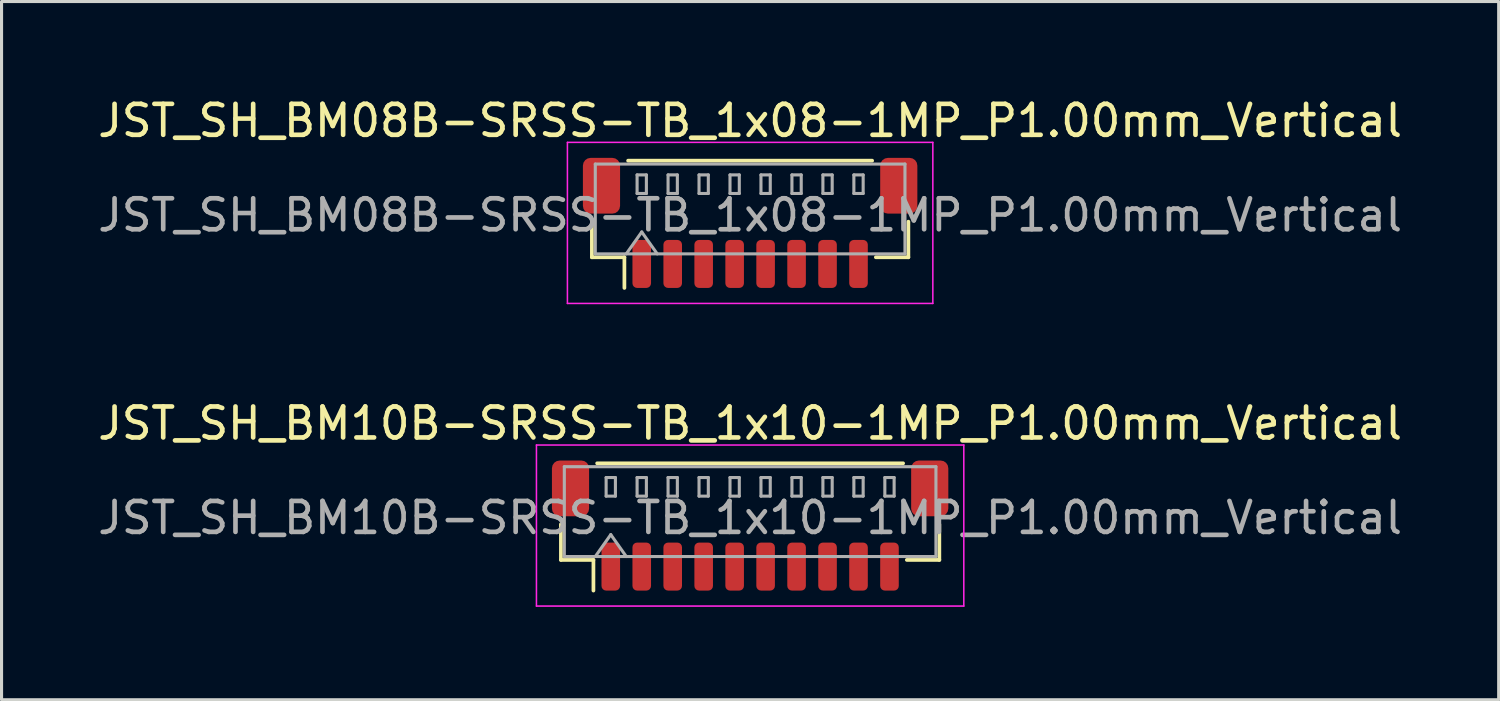
<source format=kicad_pcb>
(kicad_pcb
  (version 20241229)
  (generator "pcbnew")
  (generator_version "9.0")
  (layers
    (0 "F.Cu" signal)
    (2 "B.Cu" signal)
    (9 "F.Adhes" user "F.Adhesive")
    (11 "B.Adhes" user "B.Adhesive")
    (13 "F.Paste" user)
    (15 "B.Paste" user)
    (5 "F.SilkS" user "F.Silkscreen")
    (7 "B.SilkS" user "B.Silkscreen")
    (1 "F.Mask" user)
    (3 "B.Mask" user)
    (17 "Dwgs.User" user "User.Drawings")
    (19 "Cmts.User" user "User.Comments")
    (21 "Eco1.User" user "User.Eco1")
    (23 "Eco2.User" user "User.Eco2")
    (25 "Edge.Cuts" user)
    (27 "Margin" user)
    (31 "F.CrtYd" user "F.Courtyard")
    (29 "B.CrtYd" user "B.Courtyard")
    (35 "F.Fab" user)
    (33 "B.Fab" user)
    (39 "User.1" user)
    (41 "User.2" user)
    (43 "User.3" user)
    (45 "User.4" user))
  (footprint "JST_SH_BM10B-SRSS-TB_1x10-1MP_P1.00mm_Vertical"
    (layer "F.Cu")
    (at 21.173 13.921)
    (property "Reference" "JST_SH_BM10B-SRSS-TB_1x10-1MP_P1.00mm_Vertical" (at 0 -3.3 0) (layer "F.SilkS") (effects (font (size 1 1) (thickness 0.15))))
    (attr smd)
    (fp_line (start -6.11 -0.04) (end -6.11 1.11) (stroke (width 0.12) (type solid)) (layer "F.SilkS"))
    (fp_line (start -6.11 1.11) (end -5.06 1.11) (stroke (width 0.12) (type solid)) (layer "F.SilkS"))
    (fp_line (start -5.06 1.11) (end -5.06 2.1) (stroke (width 0.12) (type solid)) (layer "F.SilkS"))
    (fp_line (start -4.94 -2.01) (end 4.94 -2.01) (stroke (width 0.12) (type solid)) (layer "F.SilkS"))
    (fp_line (start 6.11 -0.04) (end 6.11 1.11) (stroke (width 0.12) (type solid)) (layer "F.SilkS"))
    (fp_line (start 6.11 1.11) (end 5.06 1.11) (stroke (width 0.12) (type solid)) (layer "F.SilkS"))
    (fp_line (start -6.9 -2.6) (end -6.9 2.6) (stroke (width 0.05) (type solid)) (layer "F.CrtYd"))
    (fp_line (start -6.9 2.6) (end 6.9 2.6) (stroke (width 0.05) (type solid)) (layer "F.CrtYd"))
    (fp_line (start 6.9 -2.6) (end -6.9 -2.6) (stroke (width 0.05) (type solid)) (layer "F.CrtYd"))
    (fp_line (start 6.9 2.6) (end 6.9 -2.6) (stroke (width 0.05) (type solid)) (layer "F.CrtYd"))
    (fp_line (start -6 -1.9) (end 6 -1.9) (stroke (width 0.1) (type solid)) (layer "F.Fab"))
    (fp_line (start -6 1) (end -6 -1.9) (stroke (width 0.1) (type solid)) (layer "F.Fab"))
    (fp_line (start -6 1) (end 6 1) (stroke (width 0.1) (type solid)) (layer "F.Fab"))
    (fp_line (start -5 1) (end -4.5 0.293) (stroke (width 0.1) (type solid)) (layer "F.Fab"))
    (fp_line (start -4.65 -1.55) (end -4.65 -0.95) (stroke (width 0.1) (type solid)) (layer "F.Fab"))
    (fp_line (start -4.65 -0.95) (end -4.35 -0.95) (stroke (width 0.1) (type solid)) (layer "F.Fab"))
    (fp_line (start -4.5 0.293) (end -4 1) (stroke (width 0.1) (type solid)) (layer "F.Fab"))
    (fp_line (start -4.35 -1.55) (end -4.65 -1.55) (stroke (width 0.1) (type solid)) (layer "F.Fab"))
    (fp_line (start -4.35 -0.95) (end -4.35 -1.55) (stroke (width 0.1) (type solid)) (layer "F.Fab"))
    (fp_line (start -3.65 -1.55) (end -3.65 -0.95) (stroke (width 0.1) (type solid)) (layer "F.Fab"))
    (fp_line (start -3.65 -0.95) (end -3.35 -0.95) (stroke (width 0.1) (type solid)) (layer "F.Fab"))
    (fp_line (start -3.35 -1.55) (end -3.65 -1.55) (stroke (width 0.1) (type solid)) (layer "F.Fab"))
    (fp_line (start -3.35 -0.95) (end -3.35 -1.55) (stroke (width 0.1) (type solid)) (layer "F.Fab"))
    (fp_line (start -2.65 -1.55) (end -2.65 -0.95) (stroke (width 0.1) (type solid)) (layer "F.Fab"))
    (fp_line (start -2.65 -0.95) (end -2.35 -0.95) (stroke (width 0.1) (type solid)) (layer "F.Fab"))
    (fp_line (start -2.35 -1.55) (end -2.65 -1.55) (stroke (width 0.1) (type solid)) (layer "F.Fab"))
    (fp_line (start -2.35 -0.95) (end -2.35 -1.55) (stroke (width 0.1) (type solid)) (layer "F.Fab"))
    (fp_line (start -1.65 -1.55) (end -1.65 -0.95) (stroke (width 0.1) (type solid)) (layer "F.Fab"))
    (fp_line (start -1.65 -0.95) (end -1.35 -0.95) (stroke (width 0.1) (type solid)) (layer "F.Fab"))
    (fp_line (start -1.35 -1.55) (end -1.65 -1.55) (stroke (width 0.1) (type solid)) (layer "F.Fab"))
    (fp_line (start -1.35 -0.95) (end -1.35 -1.55) (stroke (width 0.1) (type solid)) (layer "F.Fab"))
    (fp_line (start -0.65 -1.55) (end -0.65 -0.95) (stroke (width 0.1) (type solid)) (layer "F.Fab"))
    (fp_line (start -0.65 -0.95) (end -0.35 -0.95) (stroke (width 0.1) (type solid)) (layer "F.Fab"))
    (fp_line (start -0.35 -1.55) (end -0.65 -1.55) (stroke (width 0.1) (type solid)) (layer "F.Fab"))
    (fp_line (start -0.35 -0.95) (end -0.35 -1.55) (stroke (width 0.1) (type solid)) (layer "F.Fab"))
    (fp_line (start 0.35 -1.55) (end 0.35 -0.95) (stroke (width 0.1) (type solid)) (layer "F.Fab"))
    (fp_line (start 0.35 -0.95) (end 0.65 -0.95) (stroke (width 0.1) (type solid)) (layer "F.Fab"))
    (fp_line (start 0.65 -1.55) (end 0.35 -1.55) (stroke (width 0.1) (type solid)) (layer "F.Fab"))
    (fp_line (start 0.65 -0.95) (end 0.65 -1.55) (stroke (width 0.1) (type solid)) (layer "F.Fab"))
    (fp_line (start 1.35 -1.55) (end 1.35 -0.95) (stroke (width 0.1) (type solid)) (layer "F.Fab"))
    (fp_line (start 1.35 -0.95) (end 1.65 -0.95) (stroke (width 0.1) (type solid)) (layer "F.Fab"))
    (fp_line (start 1.65 -1.55) (end 1.35 -1.55) (stroke (width 0.1) (type solid)) (layer "F.Fab"))
    (fp_line (start 1.65 -0.95) (end 1.65 -1.55) (stroke (width 0.1) (type solid)) (layer "F.Fab"))
    (fp_line (start 2.35 -1.55) (end 2.35 -0.95) (stroke (width 0.1) (type solid)) (layer "F.Fab"))
    (fp_line (start 2.35 -0.95) (end 2.65 -0.95) (stroke (width 0.1) (type solid)) (layer "F.Fab"))
    (fp_line (start 2.65 -1.55) (end 2.35 -1.55) (stroke (width 0.1) (type solid)) (layer "F.Fab"))
    (fp_line (start 2.65 -0.95) (end 2.65 -1.55) (stroke (width 0.1) (type solid)) (layer "F.Fab"))
    (fp_line (start 3.35 -1.55) (end 3.35 -0.95) (stroke (width 0.1) (type solid)) (layer "F.Fab"))
    (fp_line (start 3.35 -0.95) (end 3.65 -0.95) (stroke (width 0.1) (type solid)) (layer "F.Fab"))
    (fp_line (start 3.65 -1.55) (end 3.35 -1.55) (stroke (width 0.1) (type solid)) (layer "F.Fab"))
    (fp_line (start 3.65 -0.95) (end 3.65 -1.55) (stroke (width 0.1) (type solid)) (layer "F.Fab"))
    (fp_line (start 4.35 -1.55) (end 4.35 -0.95) (stroke (width 0.1) (type solid)) (layer "F.Fab"))
    (fp_line (start 4.35 -0.95) (end 4.65 -0.95) (stroke (width 0.1) (type solid)) (layer "F.Fab"))
    (fp_line (start 4.65 -1.55) (end 4.35 -1.55) (stroke (width 0.1) (type solid)) (layer "F.Fab"))
    (fp_line (start 4.65 -0.95) (end 4.65 -1.55) (stroke (width 0.1) (type solid)) (layer "F.Fab"))
    (fp_line (start 6 1) (end 6 -1.9) (stroke (width 0.1) (type solid)) (layer "F.Fab"))
    (fp_text user "${REFERENCE}" (at 0 -0.25 0) (layer "F.Fab") (effects (font (size 1 1) (thickness 0.15))))
    (pad "1" smd roundrect (at -4.5 1.325) (size 0.6 1.55) (layers "F.Cu" "F.Mask" "F.Paste") (roundrect_rratio 0.25))
    (pad "2" smd roundrect (at -3.5 1.325) (size 0.6 1.55) (layers "F.Cu" "F.Mask" "F.Paste") (roundrect_rratio 0.25))
    (pad "3" smd roundrect (at -2.5 1.325) (size 0.6 1.55) (layers "F.Cu" "F.Mask" "F.Paste") (roundrect_rratio 0.25))
    (pad "4" smd roundrect (at -1.5 1.325) (size 0.6 1.55) (layers "F.Cu" "F.Mask" "F.Paste") (roundrect_rratio 0.25))
    (pad "5" smd roundrect (at -0.5 1.325) (size 0.6 1.55) (layers "F.Cu" "F.Mask" "F.Paste") (roundrect_rratio 0.25))
    (pad "6" smd roundrect (at 0.5 1.325) (size 0.6 1.55) (layers "F.Cu" "F.Mask" "F.Paste") (roundrect_rratio 0.25))
    (pad "7" smd roundrect (at 1.5 1.325) (size 0.6 1.55) (layers "F.Cu" "F.Mask" "F.Paste") (roundrect_rratio 0.25))
    (pad "8" smd roundrect (at 2.5 1.325) (size 0.6 1.55) (layers "F.Cu" "F.Mask" "F.Paste") (roundrect_rratio 0.25))
    (pad "9" smd roundrect (at 3.5 1.325) (size 0.6 1.55) (layers "F.Cu" "F.Mask" "F.Paste") (roundrect_rratio 0.25))
    (pad "10" smd roundrect (at 4.5 1.325) (size 0.6 1.55) (layers "F.Cu" "F.Mask" "F.Paste") (roundrect_rratio 0.25))
    (pad "MP" smd roundrect (at -5.8 -1.2) (size 1.2 1.8) (layers "F.Cu" "F.Mask" "F.Paste") (roundrect_rratio 0.208))
    (pad "MP" smd roundrect (at 5.8 -1.2) (size 1.2 1.8) (layers "F.Cu" "F.Mask" "F.Paste") (roundrect_rratio 0.208)))
  (footprint "JST_SH_BM08B-SRSS-TB_1x08-1MP_P1.00mm_Vertical"
    (layer "F.Cu")
    (at 21.173 4.148)
    (property "Reference" "JST_SH_BM08B-SRSS-TB_1x08-1MP_P1.00mm_Vertical" (at 0 -3.3 0) (layer "F.SilkS") (effects (font (size 1 1) (thickness 0.15))))
    (attr smd)
    (fp_line (start -5.11 -0.04) (end -5.11 1.11) (stroke (width 0.12) (type solid)) (layer "F.SilkS"))
    (fp_line (start -5.11 1.11) (end -4.06 1.11) (stroke (width 0.12) (type solid)) (layer "F.SilkS"))
    (fp_line (start -4.06 1.11) (end -4.06 2.1) (stroke (width 0.12) (type solid)) (layer "F.SilkS"))
    (fp_line (start -3.94 -2.01) (end 3.94 -2.01) (stroke (width 0.12) (type solid)) (layer "F.SilkS"))
    (fp_line (start 5.11 -0.04) (end 5.11 1.11) (stroke (width 0.12) (type solid)) (layer "F.SilkS"))
    (fp_line (start 5.11 1.11) (end 4.06 1.11) (stroke (width 0.12) (type solid)) (layer "F.SilkS"))
    (fp_line (start -5.9 -2.6) (end -5.9 2.6) (stroke (width 0.05) (type solid)) (layer "F.CrtYd"))
    (fp_line (start -5.9 2.6) (end 5.9 2.6) (stroke (width 0.05) (type solid)) (layer "F.CrtYd"))
    (fp_line (start 5.9 -2.6) (end -5.9 -2.6) (stroke (width 0.05) (type solid)) (layer "F.CrtYd"))
    (fp_line (start 5.9 2.6) (end 5.9 -2.6) (stroke (width 0.05) (type solid)) (layer "F.CrtYd"))
    (fp_line (start -5 -1.9) (end 5 -1.9) (stroke (width 0.1) (type solid)) (layer "F.Fab"))
    (fp_line (start -5 1) (end -5 -1.9) (stroke (width 0.1) (type solid)) (layer "F.Fab"))
    (fp_line (start -5 1) (end 5 1) (stroke (width 0.1) (type solid)) (layer "F.Fab"))
    (fp_line (start -4 1) (end -3.5 0.293) (stroke (width 0.1) (type solid)) (layer "F.Fab"))
    (fp_line (start -3.65 -1.55) (end -3.65 -0.95) (stroke (width 0.1) (type solid)) (layer "F.Fab"))
    (fp_line (start -3.65 -0.95) (end -3.35 -0.95) (stroke (width 0.1) (type solid)) (layer "F.Fab"))
    (fp_line (start -3.5 0.293) (end -3 1) (stroke (width 0.1) (type solid)) (layer "F.Fab"))
    (fp_line (start -3.35 -1.55) (end -3.65 -1.55) (stroke (width 0.1) (type solid)) (layer "F.Fab"))
    (fp_line (start -3.35 -0.95) (end -3.35 -1.55) (stroke (width 0.1) (type solid)) (layer "F.Fab"))
    (fp_line (start -2.65 -1.55) (end -2.65 -0.95) (stroke (width 0.1) (type solid)) (layer "F.Fab"))
    (fp_line (start -2.65 -0.95) (end -2.35 -0.95) (stroke (width 0.1) (type solid)) (layer "F.Fab"))
    (fp_line (start -2.35 -1.55) (end -2.65 -1.55) (stroke (width 0.1) (type solid)) (layer "F.Fab"))
    (fp_line (start -2.35 -0.95) (end -2.35 -1.55) (stroke (width 0.1) (type solid)) (layer "F.Fab"))
    (fp_line (start -1.65 -1.55) (end -1.65 -0.95) (stroke (width 0.1) (type solid)) (layer "F.Fab"))
    (fp_line (start -1.65 -0.95) (end -1.35 -0.95) (stroke (width 0.1) (type solid)) (layer "F.Fab"))
    (fp_line (start -1.35 -1.55) (end -1.65 -1.55) (stroke (width 0.1) (type solid)) (layer "F.Fab"))
    (fp_line (start -1.35 -0.95) (end -1.35 -1.55) (stroke (width 0.1) (type solid)) (layer "F.Fab"))
    (fp_line (start -0.65 -1.55) (end -0.65 -0.95) (stroke (width 0.1) (type solid)) (layer "F.Fab"))
    (fp_line (start -0.65 -0.95) (end -0.35 -0.95) (stroke (width 0.1) (type solid)) (layer "F.Fab"))
    (fp_line (start -0.35 -1.55) (end -0.65 -1.55) (stroke (width 0.1) (type solid)) (layer "F.Fab"))
    (fp_line (start -0.35 -0.95) (end -0.35 -1.55) (stroke (width 0.1) (type solid)) (layer "F.Fab"))
    (fp_line (start 0.35 -1.55) (end 0.35 -0.95) (stroke (width 0.1) (type solid)) (layer "F.Fab"))
    (fp_line (start 0.35 -0.95) (end 0.65 -0.95) (stroke (width 0.1) (type solid)) (layer "F.Fab"))
    (fp_line (start 0.65 -1.55) (end 0.35 -1.55) (stroke (width 0.1) (type solid)) (layer "F.Fab"))
    (fp_line (start 0.65 -0.95) (end 0.65 -1.55) (stroke (width 0.1) (type solid)) (layer "F.Fab"))
    (fp_line (start 1.35 -1.55) (end 1.35 -0.95) (stroke (width 0.1) (type solid)) (layer "F.Fab"))
    (fp_line (start 1.35 -0.95) (end 1.65 -0.95) (stroke (width 0.1) (type solid)) (layer "F.Fab"))
    (fp_line (start 1.65 -1.55) (end 1.35 -1.55) (stroke (width 0.1) (type solid)) (layer "F.Fab"))
    (fp_line (start 1.65 -0.95) (end 1.65 -1.55) (stroke (width 0.1) (type solid)) (layer "F.Fab"))
    (fp_line (start 2.35 -1.55) (end 2.35 -0.95) (stroke (width 0.1) (type solid)) (layer "F.Fab"))
    (fp_line (start 2.35 -0.95) (end 2.65 -0.95) (stroke (width 0.1) (type solid)) (layer "F.Fab"))
    (fp_line (start 2.65 -1.55) (end 2.35 -1.55) (stroke (width 0.1) (type solid)) (layer "F.Fab"))
    (fp_line (start 2.65 -0.95) (end 2.65 -1.55) (stroke (width 0.1) (type solid)) (layer "F.Fab"))
    (fp_line (start 3.35 -1.55) (end 3.35 -0.95) (stroke (width 0.1) (type solid)) (layer "F.Fab"))
    (fp_line (start 3.35 -0.95) (end 3.65 -0.95) (stroke (width 0.1) (type solid)) (layer "F.Fab"))
    (fp_line (start 3.65 -1.55) (end 3.35 -1.55) (stroke (width 0.1) (type solid)) (layer "F.Fab"))
    (fp_line (start 3.65 -0.95) (end 3.65 -1.55) (stroke (width 0.1) (type solid)) (layer "F.Fab"))
    (fp_line (start 5 1) (end 5 -1.9) (stroke (width 0.1) (type solid)) (layer "F.Fab"))
    (fp_text user "${REFERENCE}" (at 0 -0.25 0) (layer "F.Fab") (effects (font (size 1 1) (thickness 0.15))))
    (pad "1" smd roundrect (at -3.5 1.325) (size 0.6 1.55) (layers "F.Cu" "F.Mask" "F.Paste") (roundrect_rratio 0.25))
    (pad "2" smd roundrect (at -2.5 1.325) (size 0.6 1.55) (layers "F.Cu" "F.Mask" "F.Paste") (roundrect_rratio 0.25))
    (pad "3" smd roundrect (at -1.5 1.325) (size 0.6 1.55) (layers "F.Cu" "F.Mask" "F.Paste") (roundrect_rratio 0.25))
    (pad "4" smd roundrect (at -0.5 1.325) (size 0.6 1.55) (layers "F.Cu" "F.Mask" "F.Paste") (roundrect_rratio 0.25))
    (pad "5" smd roundrect (at 0.5 1.325) (size 0.6 1.55) (layers "F.Cu" "F.Mask" "F.Paste") (roundrect_rratio 0.25))
    (pad "6" smd roundrect (at 1.5 1.325) (size 0.6 1.55) (layers "F.Cu" "F.Mask" "F.Paste") (roundrect_rratio 0.25))
    (pad "7" smd roundrect (at 2.5 1.325) (size 0.6 1.55) (layers "F.Cu" "F.Mask" "F.Paste") (roundrect_rratio 0.25))
    (pad "8" smd roundrect (at 3.5 1.325) (size 0.6 1.55) (layers "F.Cu" "F.Mask" "F.Paste") (roundrect_rratio 0.25))
    (pad "MP" smd roundrect (at -4.8 -1.2) (size 1.2 1.8) (layers "F.Cu" "F.Mask" "F.Paste") (roundrect_rratio 0.208))
    (pad "MP" smd roundrect (at 4.8 -1.2) (size 1.2 1.8) (layers "F.Cu" "F.Mask" "F.Paste") (roundrect_rratio 0.208)))
  (gr_rect
    (start -3 -3)
    (end 45.345 19.547)
    (stroke (width 0.1) (type default))
    (fill no)
    (layer "Edge.Cuts")))
</source>
